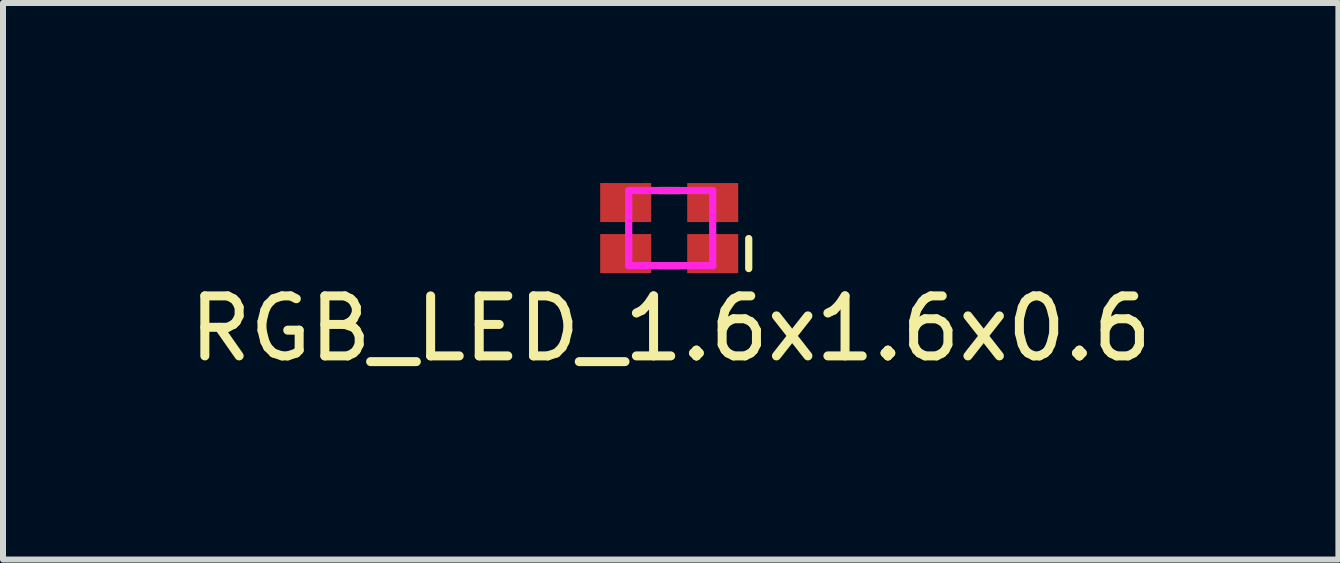
<source format=kicad_pcb>
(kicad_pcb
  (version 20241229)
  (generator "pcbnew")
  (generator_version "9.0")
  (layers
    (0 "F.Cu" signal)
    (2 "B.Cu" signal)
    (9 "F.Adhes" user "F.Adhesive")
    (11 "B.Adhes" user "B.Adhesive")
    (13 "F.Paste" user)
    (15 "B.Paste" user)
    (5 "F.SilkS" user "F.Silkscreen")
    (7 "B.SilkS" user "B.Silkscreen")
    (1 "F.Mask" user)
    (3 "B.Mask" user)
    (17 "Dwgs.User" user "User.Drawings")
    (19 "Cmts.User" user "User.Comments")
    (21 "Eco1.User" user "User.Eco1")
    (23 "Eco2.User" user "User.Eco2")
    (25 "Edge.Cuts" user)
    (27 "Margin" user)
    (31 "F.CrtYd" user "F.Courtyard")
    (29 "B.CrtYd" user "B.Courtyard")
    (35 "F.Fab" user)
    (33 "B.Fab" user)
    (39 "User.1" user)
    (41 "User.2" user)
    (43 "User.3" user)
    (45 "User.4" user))
  (footprint "RGB_LED_1.6x1.6x0.6"
    (layer "F.Cu")
    (at 8.125 0.725)
    (property "Reference" "RGB_LED_1.6x1.6x0.6" (at 0 1.7 0) (layer "F.SilkS") (effects (font (size 1 1) (thickness 0.15))))
    (attr through_hole)
    (fp_line (start -0.2 -0.6) (end 0.15 -0.6) (stroke (width 0.12) (type solid)) (layer "F.SilkS"))
    (fp_line (start -0.2 0.65) (end 0.15 0.65) (stroke (width 0.12) (type solid)) (layer "F.SilkS"))
    (fp_line (start 1.3 0.7) (end 1.3 0.2) (stroke (width 0.12) (type solid)) (layer "F.SilkS"))
    (fp_line (start -0.7 -0.6) (end -0.7 0.65) (stroke (width 0.12) (type solid)) (layer "F.CrtYd"))
    (fp_line (start -0.7 0.65) (end 0.7 0.65) (stroke (width 0.12) (type solid)) (layer "F.CrtYd"))
    (fp_line (start 0 -0.6) (end -0.7 -0.6) (stroke (width 0.12) (type solid)) (layer "F.CrtYd"))
    (fp_line (start 0.7 -0.6) (end 0.05 -0.6) (stroke (width 0.12) (type solid)) (layer "F.CrtYd"))
    (fp_line (start 0.7 0.65) (end 0.7 -0.6) (stroke (width 0.12) (type solid)) (layer "F.CrtYd"))
    (pad "1" smd rect (at -0.75 0.45) (size 0.85 0.65) (layers "F.Cu" "F.Mask" "F.Paste"))
    (pad "2" smd rect (at -0.75 -0.4) (size 0.85 0.65) (layers "F.Cu" "F.Mask" "F.Paste"))
    (pad "3" smd rect (at 0.7 -0.4) (size 0.85 0.65) (layers "F.Cu" "F.Mask" "F.Paste"))
    (pad "4" smd rect (at 0.7 0.45) (size 0.85 0.65) (layers "F.Cu" "F.Mask" "F.Paste")))
  (gr_rect
    (start -3 -3)
    (end 19.25 6.273)
    (stroke (width 0.1) (type default))
    (fill no)
    (layer "Edge.Cuts")))
</source>
